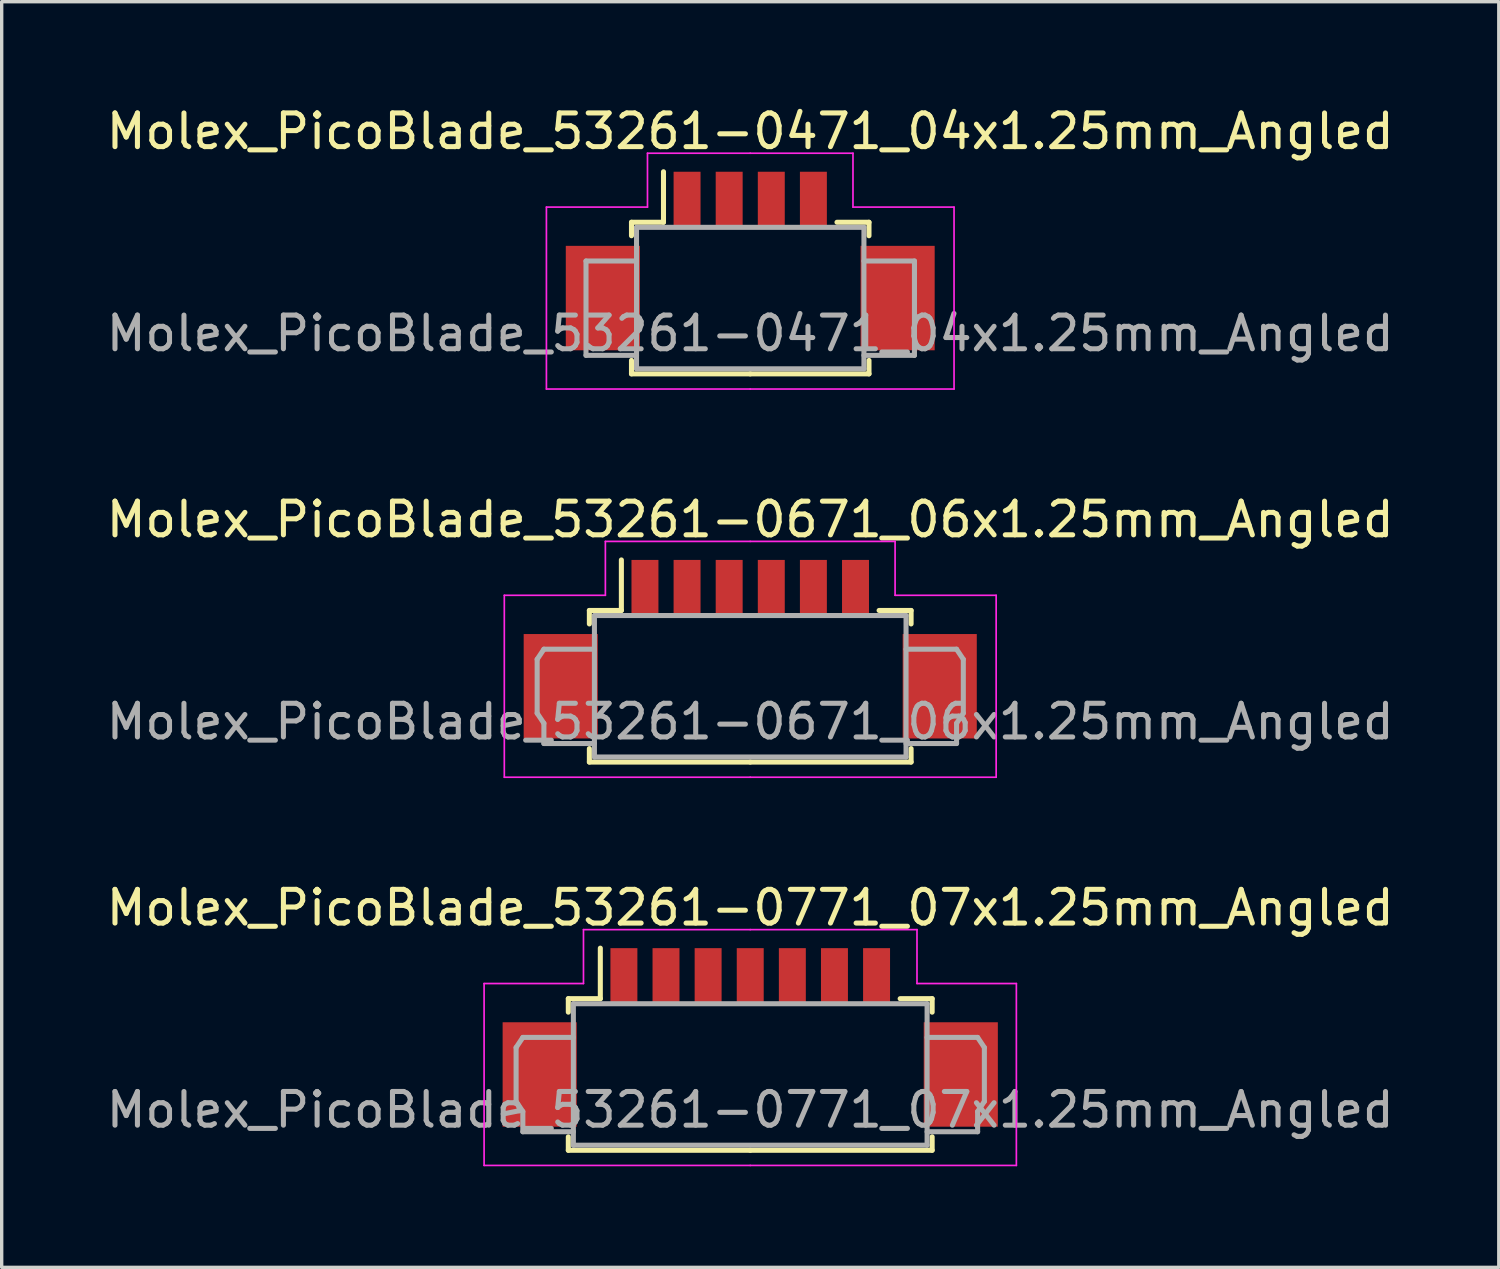
<source format=kicad_pcb>
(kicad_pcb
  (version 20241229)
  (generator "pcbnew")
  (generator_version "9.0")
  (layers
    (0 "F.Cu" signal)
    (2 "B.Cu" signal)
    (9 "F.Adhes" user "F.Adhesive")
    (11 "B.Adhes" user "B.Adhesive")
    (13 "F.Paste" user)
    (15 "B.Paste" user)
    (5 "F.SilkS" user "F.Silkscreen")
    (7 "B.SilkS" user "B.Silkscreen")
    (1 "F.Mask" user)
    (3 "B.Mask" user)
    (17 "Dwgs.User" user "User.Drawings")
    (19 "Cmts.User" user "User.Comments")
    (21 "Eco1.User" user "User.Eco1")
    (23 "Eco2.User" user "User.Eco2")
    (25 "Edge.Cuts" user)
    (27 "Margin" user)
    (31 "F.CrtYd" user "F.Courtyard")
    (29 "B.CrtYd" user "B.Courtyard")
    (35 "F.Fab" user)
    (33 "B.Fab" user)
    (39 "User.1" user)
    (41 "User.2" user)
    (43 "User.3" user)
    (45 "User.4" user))
  (footprint "Molex_PicoBlade_53261-0671_06x1.25mm_Angled"
    (layer "F.Cu")
    (at 19.22 15.871)
    (property "Reference" "Molex_PicoBlade_53261-0671_06x1.25mm_Angled" (at 0 -3.5 0) (layer "F.SilkS") (effects (font (size 1 1) (thickness 0.15))))
    (attr smd)
    (fp_line (start -4.775 -0.8) (end -4.775 -0.4) (stroke (width 0.15) (type solid)) (layer "F.SilkS"))
    (fp_line (start -4.775 3.3) (end -4.775 3.7) (stroke (width 0.15) (type solid)) (layer "F.SilkS"))
    (fp_line (start -4.775 3.7) (end 0 3.7) (stroke (width 0.15) (type solid)) (layer "F.SilkS"))
    (fp_line (start -3.825 -0.8) (end -4.775 -0.8) (stroke (width 0.15) (type solid)) (layer "F.SilkS"))
    (fp_line (start -3.825 -0.8) (end -3.825 -2.3) (stroke (width 0.15) (type solid)) (layer "F.SilkS"))
    (fp_line (start 3.825 -0.8) (end 4.775 -0.8) (stroke (width 0.15) (type solid)) (layer "F.SilkS"))
    (fp_line (start 4.775 -0.8) (end 4.775 -0.4) (stroke (width 0.15) (type solid)) (layer "F.SilkS"))
    (fp_line (start 4.775 3.3) (end 4.775 3.7) (stroke (width 0.15) (type solid)) (layer "F.SilkS"))
    (fp_line (start 4.775 3.7) (end 0 3.7) (stroke (width 0.15) (type solid)) (layer "F.SilkS"))
    (fp_line (start -7.3 -1.25) (end -7.3 4.15) (stroke (width 0.05) (type solid)) (layer "F.CrtYd"))
    (fp_line (start -7.3 4.15) (end 0 4.15) (stroke (width 0.05) (type solid)) (layer "F.CrtYd"))
    (fp_line (start -4.3 -2.85) (end -4.3 -1.25) (stroke (width 0.05) (type solid)) (layer "F.CrtYd"))
    (fp_line (start -4.3 -1.25) (end -7.3 -1.25) (stroke (width 0.05) (type solid)) (layer "F.CrtYd"))
    (fp_line (start 0 -2.85) (end -4.3 -2.85) (stroke (width 0.05) (type solid)) (layer "F.CrtYd"))
    (fp_line (start 0 -2.85) (end 4.3 -2.85) (stroke (width 0.05) (type solid)) (layer "F.CrtYd"))
    (fp_line (start 4.3 -2.85) (end 4.3 -1.25) (stroke (width 0.05) (type solid)) (layer "F.CrtYd"))
    (fp_line (start 4.3 -1.25) (end 7.3 -1.25) (stroke (width 0.05) (type solid)) (layer "F.CrtYd"))
    (fp_line (start 7.3 -1.25) (end 7.3 4.15) (stroke (width 0.05) (type solid)) (layer "F.CrtYd"))
    (fp_line (start 7.3 4.15) (end 0 4.15) (stroke (width 0.05) (type solid)) (layer "F.CrtYd"))
    (fp_line (start -6.325 0.65) (end -6.325 2.25) (stroke (width 0.15) (type solid)) (layer "F.Fab"))
    (fp_line (start -6.325 2.25) (end -6.125 2.55) (stroke (width 0.15) (type solid)) (layer "F.Fab"))
    (fp_line (start -6.125 0.35) (end -6.325 0.65) (stroke (width 0.15) (type solid)) (layer "F.Fab"))
    (fp_line (start -6.125 2.55) (end -6.125 3.15) (stroke (width 0.15) (type solid)) (layer "F.Fab"))
    (fp_line (start -6.125 3.15) (end -4.625 3.15) (stroke (width 0.15) (type solid)) (layer "F.Fab"))
    (fp_line (start -4.625 -0.65) (end 4.625 -0.65) (stroke (width 0.15) (type solid)) (layer "F.Fab"))
    (fp_line (start -4.625 0.35) (end -6.125 0.35) (stroke (width 0.15) (type solid)) (layer "F.Fab"))
    (fp_line (start -4.625 3.55) (end -4.625 -0.65) (stroke (width 0.15) (type solid)) (layer "F.Fab"))
    (fp_line (start 4.625 -0.65) (end 4.625 3.55) (stroke (width 0.15) (type solid)) (layer "F.Fab"))
    (fp_line (start 4.625 0.35) (end 6.125 0.35) (stroke (width 0.15) (type solid)) (layer "F.Fab"))
    (fp_line (start 4.625 3.55) (end -4.625 3.55) (stroke (width 0.15) (type solid)) (layer "F.Fab"))
    (fp_line (start 6.125 0.35) (end 6.325 0.65) (stroke (width 0.15) (type solid)) (layer "F.Fab"))
    (fp_line (start 6.125 2.55) (end 6.125 3.15) (stroke (width 0.15) (type solid)) (layer "F.Fab"))
    (fp_line (start 6.125 3.15) (end 4.625 3.15) (stroke (width 0.15) (type solid)) (layer "F.Fab"))
    (fp_line (start 6.325 0.65) (end 6.325 2.25) (stroke (width 0.15) (type solid)) (layer "F.Fab"))
    (fp_line (start 6.325 2.25) (end 6.125 2.55) (stroke (width 0.15) (type solid)) (layer "F.Fab"))
    (fp_text user "${REFERENCE}" (at 0 2.5 0) (layer "F.Fab") (effects (font (size 1 1) (thickness 0.15))))
    (pad "" smd rect (at -5.625 1.45) (size 2.2 3.1) (layers "F.Cu" "F.Mask" "F.Paste"))
    (pad "" smd rect (at 5.625 1.45) (size 2.2 3.1) (layers "F.Cu" "F.Mask" "F.Paste"))
    (pad "1" smd rect (at -3.125 -1.45) (size 0.8 1.7) (layers "F.Cu" "F.Mask" "F.Paste"))
    (pad "2" smd rect (at -1.875 -1.45) (size 0.8 1.7) (layers "F.Cu" "F.Mask" "F.Paste"))
    (pad "3" smd rect (at -0.625 -1.45) (size 0.8 1.7) (layers "F.Cu" "F.Mask" "F.Paste"))
    (pad "4" smd rect (at 0.625 -1.45) (size 0.8 1.7) (layers "F.Cu" "F.Mask" "F.Paste"))
    (pad "5" smd rect (at 1.875 -1.45) (size 0.8 1.7) (layers "F.Cu" "F.Mask" "F.Paste"))
    (pad "6" smd rect (at 3.125 -1.45) (size 0.8 1.7) (layers "F.Cu" "F.Mask" "F.Paste")))
  (footprint "Molex_PicoBlade_53261-0771_07x1.25mm_Angled"
    (layer "F.Cu")
    (at 19.22 27.395)
    (property "Reference" "Molex_PicoBlade_53261-0771_07x1.25mm_Angled" (at 0 -3.5 0) (layer "F.SilkS") (effects (font (size 1 1) (thickness 0.15))))
    (attr smd)
    (fp_line (start -5.4 -0.8) (end -5.4 -0.4) (stroke (width 0.15) (type solid)) (layer "F.SilkS"))
    (fp_line (start -5.4 3.3) (end -5.4 3.7) (stroke (width 0.15) (type solid)) (layer "F.SilkS"))
    (fp_line (start -5.4 3.7) (end 0 3.7) (stroke (width 0.15) (type solid)) (layer "F.SilkS"))
    (fp_line (start -4.45 -0.8) (end -5.4 -0.8) (stroke (width 0.15) (type solid)) (layer "F.SilkS"))
    (fp_line (start -4.45 -0.8) (end -4.45 -2.3) (stroke (width 0.15) (type solid)) (layer "F.SilkS"))
    (fp_line (start 4.45 -0.8) (end 5.4 -0.8) (stroke (width 0.15) (type solid)) (layer "F.SilkS"))
    (fp_line (start 5.4 -0.8) (end 5.4 -0.4) (stroke (width 0.15) (type solid)) (layer "F.SilkS"))
    (fp_line (start 5.4 3.3) (end 5.4 3.7) (stroke (width 0.15) (type solid)) (layer "F.SilkS"))
    (fp_line (start 5.4 3.7) (end 0 3.7) (stroke (width 0.15) (type solid)) (layer "F.SilkS"))
    (fp_line (start -7.9 -1.25) (end -7.9 4.15) (stroke (width 0.05) (type solid)) (layer "F.CrtYd"))
    (fp_line (start -7.9 4.15) (end 0 4.15) (stroke (width 0.05) (type solid)) (layer "F.CrtYd"))
    (fp_line (start -4.95 -2.85) (end -4.95 -1.25) (stroke (width 0.05) (type solid)) (layer "F.CrtYd"))
    (fp_line (start -4.95 -1.25) (end -7.9 -1.25) (stroke (width 0.05) (type solid)) (layer "F.CrtYd"))
    (fp_line (start 0 -2.85) (end -4.95 -2.85) (stroke (width 0.05) (type solid)) (layer "F.CrtYd"))
    (fp_line (start 0 -2.85) (end 4.95 -2.85) (stroke (width 0.05) (type solid)) (layer "F.CrtYd"))
    (fp_line (start 4.95 -2.85) (end 4.95 -1.25) (stroke (width 0.05) (type solid)) (layer "F.CrtYd"))
    (fp_line (start 4.95 -1.25) (end 7.9 -1.25) (stroke (width 0.05) (type solid)) (layer "F.CrtYd"))
    (fp_line (start 7.9 -1.25) (end 7.9 4.15) (stroke (width 0.05) (type solid)) (layer "F.CrtYd"))
    (fp_line (start 7.9 4.15) (end 0 4.15) (stroke (width 0.05) (type solid)) (layer "F.CrtYd"))
    (fp_line (start -6.95 0.65) (end -6.95 2.25) (stroke (width 0.15) (type solid)) (layer "F.Fab"))
    (fp_line (start -6.95 2.25) (end -6.75 2.55) (stroke (width 0.15) (type solid)) (layer "F.Fab"))
    (fp_line (start -6.75 0.35) (end -6.95 0.65) (stroke (width 0.15) (type solid)) (layer "F.Fab"))
    (fp_line (start -6.75 2.55) (end -6.75 3.15) (stroke (width 0.15) (type solid)) (layer "F.Fab"))
    (fp_line (start -6.75 3.15) (end -5.25 3.15) (stroke (width 0.15) (type solid)) (layer "F.Fab"))
    (fp_line (start -5.25 -0.65) (end 5.25 -0.65) (stroke (width 0.15) (type solid)) (layer "F.Fab"))
    (fp_line (start -5.25 0.35) (end -6.75 0.35) (stroke (width 0.15) (type solid)) (layer "F.Fab"))
    (fp_line (start -5.25 3.55) (end -5.25 -0.65) (stroke (width 0.15) (type solid)) (layer "F.Fab"))
    (fp_line (start 5.25 -0.65) (end 5.25 3.55) (stroke (width 0.15) (type solid)) (layer "F.Fab"))
    (fp_line (start 5.25 0.35) (end 6.75 0.35) (stroke (width 0.15) (type solid)) (layer "F.Fab"))
    (fp_line (start 5.25 3.55) (end -5.25 3.55) (stroke (width 0.15) (type solid)) (layer "F.Fab"))
    (fp_line (start 6.75 0.35) (end 6.95 0.65) (stroke (width 0.15) (type solid)) (layer "F.Fab"))
    (fp_line (start 6.75 2.55) (end 6.75 3.15) (stroke (width 0.15) (type solid)) (layer "F.Fab"))
    (fp_line (start 6.75 3.15) (end 5.25 3.15) (stroke (width 0.15) (type solid)) (layer "F.Fab"))
    (fp_line (start 6.95 0.65) (end 6.95 2.25) (stroke (width 0.15) (type solid)) (layer "F.Fab"))
    (fp_line (start 6.95 2.25) (end 6.75 2.55) (stroke (width 0.15) (type solid)) (layer "F.Fab"))
    (fp_text user "${REFERENCE}" (at 0 2.5 0) (layer "F.Fab") (effects (font (size 1 1) (thickness 0.15))))
    (pad "" smd rect (at -6.25 1.45) (size 2.2 3.1) (layers "F.Cu" "F.Mask" "F.Paste"))
    (pad "" smd rect (at 6.25 1.45) (size 2.2 3.1) (layers "F.Cu" "F.Mask" "F.Paste"))
    (pad "1" smd rect (at -3.75 -1.45) (size 0.8 1.7) (layers "F.Cu" "F.Mask" "F.Paste"))
    (pad "2" smd rect (at -2.5 -1.45) (size 0.8 1.7) (layers "F.Cu" "F.Mask" "F.Paste"))
    (pad "3" smd rect (at -1.25 -1.45) (size 0.8 1.7) (layers "F.Cu" "F.Mask" "F.Paste"))
    (pad "4" smd rect (at 0 -1.45) (size 0.8 1.7) (layers "F.Cu" "F.Mask" "F.Paste"))
    (pad "5" smd rect (at 1.25 -1.45) (size 0.8 1.7) (layers "F.Cu" "F.Mask" "F.Paste"))
    (pad "6" smd rect (at 2.5 -1.45) (size 0.8 1.7) (layers "F.Cu" "F.Mask" "F.Paste"))
    (pad "7" smd rect (at 3.75 -1.45) (size 0.8 1.7) (layers "F.Cu" "F.Mask" "F.Paste")))
  (footprint "Molex_PicoBlade_53261-0471_04x1.25mm_Angled"
    (layer "F.Cu")
    (at 19.22 4.348)
    (property "Reference" "Molex_PicoBlade_53261-0471_04x1.25mm_Angled" (at 0 -3.5 0) (layer "F.SilkS") (effects (font (size 1 1) (thickness 0.15))))
    (attr smd)
    (fp_line (start -3.525 -0.8) (end -3.525 -0.4) (stroke (width 0.15) (type solid)) (layer "F.SilkS"))
    (fp_line (start -3.525 3.3) (end -3.525 3.7) (stroke (width 0.15) (type solid)) (layer "F.SilkS"))
    (fp_line (start -3.525 3.7) (end 0 3.7) (stroke (width 0.15) (type solid)) (layer "F.SilkS"))
    (fp_line (start -2.575 -0.8) (end -3.525 -0.8) (stroke (width 0.15) (type solid)) (layer "F.SilkS"))
    (fp_line (start -2.575 -0.8) (end -2.575 -2.3) (stroke (width 0.15) (type solid)) (layer "F.SilkS"))
    (fp_line (start 2.575 -0.8) (end 3.525 -0.8) (stroke (width 0.15) (type solid)) (layer "F.SilkS"))
    (fp_line (start 3.525 -0.8) (end 3.525 -0.4) (stroke (width 0.15) (type solid)) (layer "F.SilkS"))
    (fp_line (start 3.525 3.3) (end 3.525 3.7) (stroke (width 0.15) (type solid)) (layer "F.SilkS"))
    (fp_line (start 3.525 3.7) (end 0 3.7) (stroke (width 0.15) (type solid)) (layer "F.SilkS"))
    (fp_line (start -6.05 -1.25) (end -6.05 4.15) (stroke (width 0.05) (type solid)) (layer "F.CrtYd"))
    (fp_line (start -6.05 4.15) (end 0 4.15) (stroke (width 0.05) (type solid)) (layer "F.CrtYd"))
    (fp_line (start -3.05 -2.85) (end -3.05 -1.25) (stroke (width 0.05) (type solid)) (layer "F.CrtYd"))
    (fp_line (start -3.05 -1.25) (end -6.05 -1.25) (stroke (width 0.05) (type solid)) (layer "F.CrtYd"))
    (fp_line (start 0 -2.85) (end -3.05 -2.85) (stroke (width 0.05) (type solid)) (layer "F.CrtYd"))
    (fp_line (start 0 -2.85) (end 3.05 -2.85) (stroke (width 0.05) (type solid)) (layer "F.CrtYd"))
    (fp_line (start 3.05 -2.85) (end 3.05 -1.25) (stroke (width 0.05) (type solid)) (layer "F.CrtYd"))
    (fp_line (start 3.05 -1.25) (end 6.05 -1.25) (stroke (width 0.05) (type solid)) (layer "F.CrtYd"))
    (fp_line (start 6.05 -1.25) (end 6.05 4.15) (stroke (width 0.05) (type solid)) (layer "F.CrtYd"))
    (fp_line (start 6.05 4.15) (end 0 4.15) (stroke (width 0.05) (type solid)) (layer "F.CrtYd"))
    (fp_line (start -4.875 0.35) (end -4.875 3.15) (stroke (width 0.15) (type solid)) (layer "F.Fab"))
    (fp_line (start -4.875 3.15) (end -3.375 3.15) (stroke (width 0.15) (type solid)) (layer "F.Fab"))
    (fp_line (start -3.375 -0.65) (end 3.375 -0.65) (stroke (width 0.15) (type solid)) (layer "F.Fab"))
    (fp_line (start -3.375 0.35) (end -4.875 0.35) (stroke (width 0.15) (type solid)) (layer "F.Fab"))
    (fp_line (start -3.375 3.55) (end -3.375 -0.65) (stroke (width 0.15) (type solid)) (layer "F.Fab"))
    (fp_line (start 3.375 -0.65) (end 3.375 3.55) (stroke (width 0.15) (type solid)) (layer "F.Fab"))
    (fp_line (start 3.375 0.35) (end 4.875 0.35) (stroke (width 0.15) (type solid)) (layer "F.Fab"))
    (fp_line (start 3.375 3.55) (end -3.375 3.55) (stroke (width 0.15) (type solid)) (layer "F.Fab"))
    (fp_line (start 4.875 0.35) (end 4.875 3.15) (stroke (width 0.15) (type solid)) (layer "F.Fab"))
    (fp_line (start 4.875 3.15) (end 3.375 3.15) (stroke (width 0.15) (type solid)) (layer "F.Fab"))
    (fp_text user "${REFERENCE}" (at 0 2.5 0) (layer "F.Fab") (effects (font (size 1 1) (thickness 0.15))))
    (pad "" smd rect (at -4.375 1.45) (size 2.2 3.1) (layers "F.Cu" "F.Mask" "F.Paste"))
    (pad "" smd rect (at 4.375 1.45) (size 2.2 3.1) (layers "F.Cu" "F.Mask" "F.Paste"))
    (pad "1" smd rect (at -1.875 -1.45) (size 0.8 1.7) (layers "F.Cu" "F.Mask" "F.Paste"))
    (pad "2" smd rect (at -0.625 -1.45) (size 0.8 1.7) (layers "F.Cu" "F.Mask" "F.Paste"))
    (pad "3" smd rect (at 0.625 -1.45) (size 0.8 1.7) (layers "F.Cu" "F.Mask" "F.Paste"))
    (pad "4" smd rect (at 1.875 -1.45) (size 0.8 1.7) (layers "F.Cu" "F.Mask" "F.Paste")))
  (gr_rect
    (start -3 -3)
    (end 41.44 34.57)
    (stroke (width 0.1) (type default))
    (fill no)
    (layer "Edge.Cuts")))
</source>
